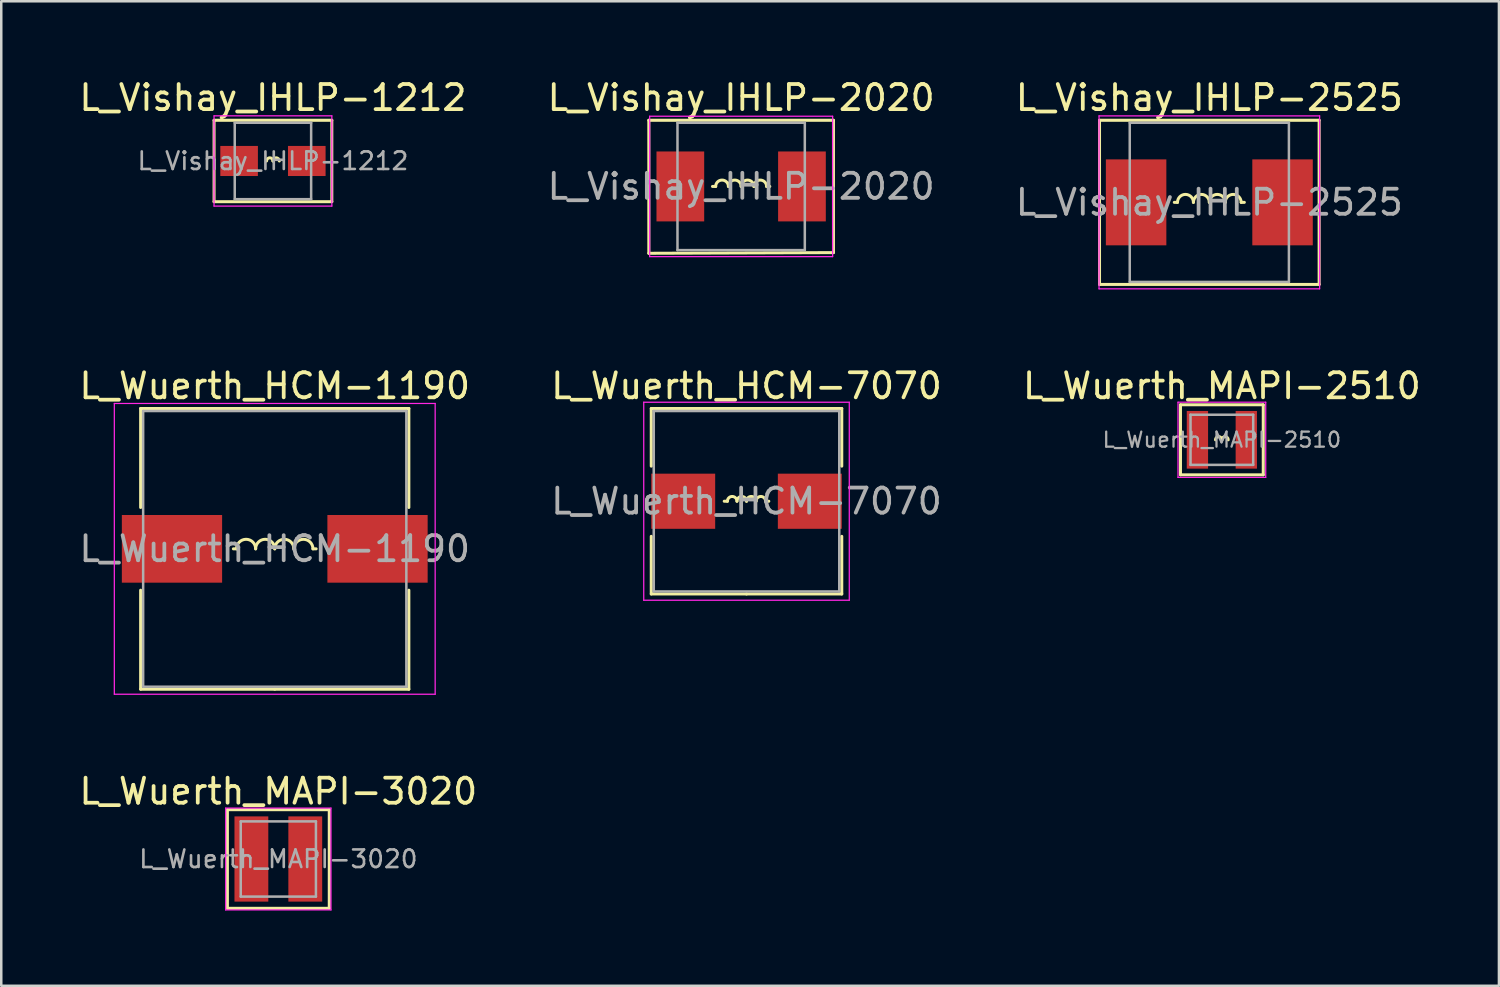
<source format=kicad_pcb>
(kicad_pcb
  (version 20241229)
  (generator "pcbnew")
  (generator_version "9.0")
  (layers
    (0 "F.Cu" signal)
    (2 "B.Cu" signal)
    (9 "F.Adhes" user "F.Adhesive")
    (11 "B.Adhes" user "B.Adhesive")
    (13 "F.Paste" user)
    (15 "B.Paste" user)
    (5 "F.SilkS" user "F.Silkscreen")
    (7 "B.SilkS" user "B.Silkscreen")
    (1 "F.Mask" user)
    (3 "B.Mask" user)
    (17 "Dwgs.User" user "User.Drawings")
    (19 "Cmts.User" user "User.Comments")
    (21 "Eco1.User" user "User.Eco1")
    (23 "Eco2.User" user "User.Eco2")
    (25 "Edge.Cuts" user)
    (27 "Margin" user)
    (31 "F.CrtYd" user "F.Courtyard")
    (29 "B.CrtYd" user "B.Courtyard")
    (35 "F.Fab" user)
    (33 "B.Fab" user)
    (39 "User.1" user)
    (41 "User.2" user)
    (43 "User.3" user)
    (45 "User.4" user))
  (footprint "L_Vishay_IHLP-2020"
    (layer "F.Cu")
    (at 26.518 4.388)
    (property "Reference" "L_Vishay_IHLP-2020" (at 0 -3.54 0) (layer "F.SilkS") (effects (font (size 1 1) (thickness 0.15))))
    (attr smd)
    (fp_line (start -3.683 -2.64) (end -3.683 2.667) (stroke (width 0.12) (type solid)) (layer "F.SilkS"))
    (fp_line (start -3.683 -2.64) (end 3.683 -2.64) (stroke (width 0.12) (type solid)) (layer "F.SilkS"))
    (fp_line (start -3.683 2.667) (end 3.683 2.64) (stroke (width 0.12) (type solid)) (layer "F.SilkS"))
    (fp_line (start -1.143 0) (end -1.016 0) (stroke (width 0.12) (type solid)) (layer "F.SilkS"))
    (fp_line (start 1.016 0) (end 1.143 0) (stroke (width 0.12) (type solid)) (layer "F.SilkS"))
    (fp_line (start 3.683 -2.64) (end 3.683 2.64) (stroke (width 0.12) (type solid)) (layer "F.SilkS"))
    (fp_arc (start -1.016 0) (mid -0.762 -0.254) (end -0.508 0) (stroke (width 0.12) (type solid)) (layer "F.SilkS"))
    (fp_arc (start -0.508 0) (mid -0.254 -0.254) (end 0 0) (stroke (width 0.12) (type solid)) (layer "F.SilkS"))
    (fp_arc (start 0 0) (mid 0.254 -0.254) (end 0.508 0) (stroke (width 0.12) (type solid)) (layer "F.SilkS"))
    (fp_arc (start 0.508 0) (mid 0.762 -0.254) (end 1.016 0) (stroke (width 0.12) (type solid)) (layer "F.SilkS"))
    (fp_line (start -3.65 -2.8) (end -3.65 2.8) (stroke (width 0.05) (type solid)) (layer "F.CrtYd"))
    (fp_line (start -3.65 2.8) (end 3.65 2.8) (stroke (width 0.05) (type solid)) (layer "F.CrtYd"))
    (fp_line (start 3.65 -2.8) (end -3.65 -2.8) (stroke (width 0.05) (type solid)) (layer "F.CrtYd"))
    (fp_line (start 3.65 2.8) (end 3.65 -2.8) (stroke (width 0.05) (type solid)) (layer "F.CrtYd"))
    (fp_line (start -2.54 -2.54) (end -2.54 2.54) (stroke (width 0.1) (type solid)) (layer "F.Fab"))
    (fp_line (start -2.54 2.54) (end 2.54 2.54) (stroke (width 0.1) (type solid)) (layer "F.Fab"))
    (fp_line (start 2.54 -2.54) (end -2.54 -2.54) (stroke (width 0.1) (type solid)) (layer "F.Fab"))
    (fp_line (start 2.54 2.54) (end 2.54 -2.54) (stroke (width 0.1) (type solid)) (layer "F.Fab"))
    (fp_text user "${REFERENCE}" (at 0 0 0) (layer "F.Fab") (effects (font (size 1 1) (thickness 0.15))))
    (pad "1" smd rect (at -2.426 0) (size 1.903 2.79) (layers "F.Cu" "F.Mask" "F.Paste"))
    (pad "2" smd rect (at 2.426 0) (size 1.903 2.79) (layers "F.Cu" "F.Mask" "F.Paste")))
  (footprint "L_Wuerth_HCM-7070"
    (layer "F.Cu")
    (at 26.732 16.947)
    (property "Reference" "L_Wuerth_HCM-7070" (at 0 -4.6 0) (layer "F.SilkS") (effects (font (size 1 1) (thickness 0.15))))
    (attr smd)
    (fp_line (start -3.8 -3.7) (end 0 -3.7) (stroke (width 0.12) (type solid)) (layer "F.SilkS"))
    (fp_line (start -3.8 -1.4) (end -3.8 -3.7) (stroke (width 0.12) (type solid)) (layer "F.SilkS"))
    (fp_line (start -3.8 1.4) (end -3.8 3.7) (stroke (width 0.12) (type solid)) (layer "F.SilkS"))
    (fp_line (start -3.8 3.7) (end 0 3.7) (stroke (width 0.12) (type solid)) (layer "F.SilkS"))
    (fp_line (start -0.762 0) (end -0.889 0) (stroke (width 0.12) (type solid)) (layer "F.SilkS"))
    (fp_line (start 0.762 0) (end 0.889 0) (stroke (width 0.12) (type solid)) (layer "F.SilkS"))
    (fp_line (start 3.8 -3.7) (end 0 -3.7) (stroke (width 0.12) (type solid)) (layer "F.SilkS"))
    (fp_line (start 3.8 -1.4) (end 3.8 -3.7) (stroke (width 0.12) (type solid)) (layer "F.SilkS"))
    (fp_line (start 3.8 1.4) (end 3.8 3.7) (stroke (width 0.12) (type solid)) (layer "F.SilkS"))
    (fp_line (start 3.8 3.7) (end 0 3.7) (stroke (width 0.12) (type solid)) (layer "F.SilkS"))
    (fp_arc (start -0.762 0) (mid -0.5715 -0.1905) (end -0.381 0) (stroke (width 0.12) (type solid)) (layer "F.SilkS"))
    (fp_arc (start -0.381 0) (mid -0.1905 -0.1905) (end 0 0) (stroke (width 0.12) (type solid)) (layer "F.SilkS"))
    (fp_arc (start 0 0) (mid 0.1905 -0.1905) (end 0.381 0) (stroke (width 0.12) (type solid)) (layer "F.SilkS"))
    (fp_arc (start 0.381 0) (mid 0.5715 -0.1905) (end 0.762 0) (stroke (width 0.12) (type solid)) (layer "F.SilkS"))
    (fp_line (start -4.1 -3.95) (end -4.1 3.95) (stroke (width 0.05) (type solid)) (layer "F.CrtYd"))
    (fp_line (start -4.1 3.95) (end 4.1 3.95) (stroke (width 0.05) (type solid)) (layer "F.CrtYd"))
    (fp_line (start 4.1 -3.95) (end -4.1 -3.95) (stroke (width 0.05) (type solid)) (layer "F.CrtYd"))
    (fp_line (start 4.1 3.95) (end 4.1 -3.95) (stroke (width 0.05) (type solid)) (layer "F.CrtYd"))
    (fp_line (start -3.7 -3.6) (end -3.7 3.6) (stroke (width 0.1) (type solid)) (layer "F.Fab"))
    (fp_line (start -3.7 3.6) (end 3.7 3.6) (stroke (width 0.1) (type solid)) (layer "F.Fab"))
    (fp_line (start 3.7 -3.6) (end -3.7 -3.6) (stroke (width 0.1) (type solid)) (layer "F.Fab"))
    (fp_line (start 3.7 3.6) (end 3.7 -3.6) (stroke (width 0.1) (type solid)) (layer "F.Fab"))
    (fp_text user "${REFERENCE}" (at 0 0 0) (layer "F.Fab") (effects (font (size 1 1) (thickness 0.15))))
    (pad "1" smd rect (at -2.525 0) (size 2.55 2.2) (layers "F.Cu" "F.Mask" "F.Paste"))
    (pad "2" smd rect (at 2.525 0) (size 2.55 2.2) (layers "F.Cu" "F.Mask" "F.Paste")))
  (footprint "L_Vishay_IHLP-2525"
    (layer "F.Cu")
    (at 45.196 5.023)
    (property "Reference" "L_Vishay_IHLP-2525" (at 0 -4.175 0) (layer "F.SilkS") (effects (font (size 1 1) (thickness 0.15))))
    (attr smd)
    (fp_line (start -4.381 -3.275) (end -4.381 3.275) (stroke (width 0.12) (type solid)) (layer "F.SilkS"))
    (fp_line (start -4.381 -3.275) (end 4.381 -3.275) (stroke (width 0.12) (type solid)) (layer "F.SilkS"))
    (fp_line (start -4.381 3.275) (end 4.381 3.275) (stroke (width 0.12) (type solid)) (layer "F.SilkS"))
    (fp_line (start -1.27 0) (end -1.397 0) (stroke (width 0.12) (type solid)) (layer "F.SilkS"))
    (fp_line (start 1.397 0) (end 1.27 0) (stroke (width 0.12) (type solid)) (layer "F.SilkS"))
    (fp_line (start 4.381 3.275) (end 4.381 -3.275) (stroke (width 0.12) (type solid)) (layer "F.SilkS"))
    (fp_arc (start -1.27 0) (mid -0.9525 -0.3175) (end -0.635 0) (stroke (width 0.12) (type solid)) (layer "F.SilkS"))
    (fp_arc (start -0.635 0) (mid -0.3175 -0.3175) (end 0 0) (stroke (width 0.12) (type solid)) (layer "F.SilkS"))
    (fp_arc (start 0 0) (mid 0.3175 -0.3175) (end 0.635 0) (stroke (width 0.12) (type solid)) (layer "F.SilkS"))
    (fp_arc (start 0.635 0) (mid 0.9525 -0.3175) (end 1.27 0) (stroke (width 0.12) (type solid)) (layer "F.SilkS"))
    (fp_line (start -4.4 -3.45) (end -4.4 3.45) (stroke (width 0.05) (type solid)) (layer "F.CrtYd"))
    (fp_line (start -4.4 3.45) (end 4.4 3.45) (stroke (width 0.05) (type solid)) (layer "F.CrtYd"))
    (fp_line (start 4.4 -3.45) (end -4.4 -3.45) (stroke (width 0.05) (type solid)) (layer "F.CrtYd"))
    (fp_line (start 4.4 3.45) (end 4.4 -3.45) (stroke (width 0.05) (type solid)) (layer "F.CrtYd"))
    (fp_line (start -3.175 -3.175) (end -3.175 3.175) (stroke (width 0.1) (type solid)) (layer "F.Fab"))
    (fp_line (start -3.175 3.175) (end 3.175 3.175) (stroke (width 0.1) (type solid)) (layer "F.Fab"))
    (fp_line (start 3.175 -3.175) (end -3.175 -3.175) (stroke (width 0.1) (type solid)) (layer "F.Fab"))
    (fp_line (start 3.175 3.175) (end 3.175 -3.175) (stroke (width 0.1) (type solid)) (layer "F.Fab"))
    (fp_text user "${REFERENCE}" (at 0 0 0) (layer "F.Fab") (effects (font (size 1 1) (thickness 0.15))))
    (pad "1" smd rect (at -2.921 0) (size 2.413 3.429) (layers "F.Cu" "F.Mask" "F.Paste"))
    (pad "2" smd rect (at 2.921 0) (size 2.413 3.429) (layers "F.Cu" "F.Mask" "F.Paste")))
  (footprint "L_Vishay_IHLP-1212"
    (layer "F.Cu")
    (at 7.839 3.372)
    (property "Reference" "L_Vishay_IHLP-1212" (at 0 -2.524 0) (layer "F.SilkS") (effects (font (size 1 1) (thickness 0.15))))
    (attr smd)
    (fp_line (start -2.349 -1.624) (end -2.349 1.624) (stroke (width 0.12) (type solid)) (layer "F.SilkS"))
    (fp_line (start -2.349 -1.624) (end 2.349 -1.624) (stroke (width 0.12) (type solid)) (layer "F.SilkS"))
    (fp_line (start -2.349 1.624) (end 2.349 1.624) (stroke (width 0.12) (type solid)) (layer "F.SilkS"))
    (fp_line (start 2.349 -1.624) (end 2.349 1.624) (stroke (width 0.12) (type solid)) (layer "F.SilkS"))
    (fp_arc (start -0.254 0) (mid -0.127 -0.127) (end 0 0) (stroke (width 0.12) (type solid)) (layer "F.SilkS"))
    (fp_arc (start 0 0) (mid 0.127 -0.127) (end 0.254 0) (stroke (width 0.12) (type solid)) (layer "F.SilkS"))
    (fp_line (start -2.35 -1.8) (end -2.35 1.8) (stroke (width 0.05) (type solid)) (layer "F.CrtYd"))
    (fp_line (start -2.35 1.8) (end 2.35 1.8) (stroke (width 0.05) (type solid)) (layer "F.CrtYd"))
    (fp_line (start 2.35 -1.8) (end -2.35 -1.8) (stroke (width 0.05) (type solid)) (layer "F.CrtYd"))
    (fp_line (start 2.35 1.8) (end 2.35 -1.8) (stroke (width 0.05) (type solid)) (layer "F.CrtYd"))
    (fp_line (start -1.524 -1.524) (end -1.524 1.524) (stroke (width 0.1) (type solid)) (layer "F.Fab"))
    (fp_line (start -1.524 1.524) (end 1.524 1.524) (stroke (width 0.1) (type solid)) (layer "F.Fab"))
    (fp_line (start 1.524 -1.524) (end -1.524 -1.524) (stroke (width 0.1) (type solid)) (layer "F.Fab"))
    (fp_line (start 1.524 1.524) (end 1.524 -1.524) (stroke (width 0.1) (type solid)) (layer "F.Fab"))
    (fp_text user "${REFERENCE}" (at 0 0 0) (layer "F.Fab") (effects (font (size 0.7 0.7) (thickness 0.105))))
    (pad "1" smd rect (at -1.35 0) (size 1.5 1.2) (layers "F.Cu" "F.Mask" "F.Paste"))
    (pad "2" smd rect (at 1.35 0) (size 1.5 1.2) (layers "F.Cu" "F.Mask" "F.Paste")))
  (footprint "L_Wuerth_MAPI-2510"
    (layer "F.Cu")
    (at 45.696 14.496)
    (property "Reference" "L_Wuerth_MAPI-2510" (at 0 -2.15 0) (layer "F.SilkS") (effects (font (size 1 1) (thickness 0.15))))
    (attr smd)
    (fp_line (start -1.651 -1.397) (end -1.651 1.397) (stroke (width 0.12) (type solid)) (layer "F.SilkS"))
    (fp_line (start -1.651 1.397) (end 1.651 1.397) (stroke (width 0.12) (type solid)) (layer "F.SilkS"))
    (fp_line (start 1.651 -1.397) (end -1.651 -1.397) (stroke (width 0.12) (type solid)) (layer "F.SilkS"))
    (fp_line (start 1.651 1.397) (end 1.651 -1.397) (stroke (width 0.12) (type solid)) (layer "F.SilkS"))
    (fp_arc (start -0.254 0) (mid -0.127 -0.127) (end 0 0) (stroke (width 0.12) (type solid)) (layer "F.SilkS"))
    (fp_arc (start 0 0) (mid 0.127 -0.127) (end 0.254 0) (stroke (width 0.12) (type solid)) (layer "F.SilkS"))
    (fp_line (start -1.75 -1.5) (end -1.75 1.5) (stroke (width 0.05) (type solid)) (layer "F.CrtYd"))
    (fp_line (start -1.75 1.5) (end 1.75 1.5) (stroke (width 0.05) (type solid)) (layer "F.CrtYd"))
    (fp_line (start 1.75 -1.5) (end -1.75 -1.5) (stroke (width 0.05) (type solid)) (layer "F.CrtYd"))
    (fp_line (start 1.75 1.5) (end 1.75 -1.5) (stroke (width 0.05) (type solid)) (layer "F.CrtYd"))
    (fp_line (start -1.25 -1) (end -1.25 1) (stroke (width 0.1) (type solid)) (layer "F.Fab"))
    (fp_line (start -1.25 1) (end 1.25 1) (stroke (width 0.1) (type solid)) (layer "F.Fab"))
    (fp_line (start 1.25 -1) (end -1.25 -1) (stroke (width 0.1) (type solid)) (layer "F.Fab"))
    (fp_line (start 1.25 1) (end 1.25 -1) (stroke (width 0.1) (type solid)) (layer "F.Fab"))
    (fp_text user "${REFERENCE}" (at 0 0 0) (layer "F.Fab") (effects (font (size 0.6 0.6) (thickness 0.09))))
    (pad "1" smd rect (at -0.975 0) (size 0.85 2.3) (layers "F.Cu" "F.Mask" "F.Paste"))
    (pad "2" smd rect (at 0.975 0) (size 0.85 2.3) (layers "F.Cu" "F.Mask" "F.Paste")))
  (footprint "L_Wuerth_HCM-1190"
    (layer "F.Cu")
    (at 7.911 18.846)
    (property "Reference" "L_Wuerth_HCM-1190" (at 0 -6.5 0) (layer "F.SilkS") (effects (font (size 1 1) (thickness 0.15))))
    (attr smd)
    (fp_line (start -5.35 -5.6) (end 0 -5.6) (stroke (width 0.12) (type solid)) (layer "F.SilkS"))
    (fp_line (start -5.35 -1.65) (end -5.35 -5.6) (stroke (width 0.12) (type solid)) (layer "F.SilkS"))
    (fp_line (start -5.35 1.65) (end -5.35 5.6) (stroke (width 0.12) (type solid)) (layer "F.SilkS"))
    (fp_line (start -5.35 5.6) (end 0 5.6) (stroke (width 0.12) (type solid)) (layer "F.SilkS"))
    (fp_line (start -1.524 0) (end -1.651 0) (stroke (width 0.12) (type solid)) (layer "F.SilkS"))
    (fp_line (start 1.524 0) (end 1.651 0) (stroke (width 0.12) (type solid)) (layer "F.SilkS"))
    (fp_line (start 5.35 -5.6) (end 0 -5.6) (stroke (width 0.12) (type solid)) (layer "F.SilkS"))
    (fp_line (start 5.35 -1.65) (end 5.35 -5.6) (stroke (width 0.12) (type solid)) (layer "F.SilkS"))
    (fp_line (start 5.35 1.65) (end 5.35 5.6) (stroke (width 0.12) (type solid)) (layer "F.SilkS"))
    (fp_line (start 5.35 5.6) (end 0 5.6) (stroke (width 0.12) (type solid)) (layer "F.SilkS"))
    (fp_arc (start -1.524 0) (mid -1.143 -0.381) (end -0.762 0) (stroke (width 0.12) (type solid)) (layer "F.SilkS"))
    (fp_arc (start -0.762 0) (mid -0.381 -0.381) (end 0 0) (stroke (width 0.12) (type solid)) (layer "F.SilkS"))
    (fp_arc (start 0 0) (mid 0.381 -0.381) (end 0.762 0) (stroke (width 0.12) (type solid)) (layer "F.SilkS"))
    (fp_arc (start 0.762 0) (mid 1.143 -0.381) (end 1.524 0) (stroke (width 0.12) (type solid)) (layer "F.SilkS"))
    (fp_line (start -6.4 -5.8) (end -6.4 5.8) (stroke (width 0.05) (type solid)) (layer "F.CrtYd"))
    (fp_line (start -6.4 5.8) (end 6.4 5.8) (stroke (width 0.05) (type solid)) (layer "F.CrtYd"))
    (fp_line (start 6.4 -5.8) (end -6.4 -5.8) (stroke (width 0.05) (type solid)) (layer "F.CrtYd"))
    (fp_line (start 6.4 5.8) (end 6.4 -5.8) (stroke (width 0.05) (type solid)) (layer "F.CrtYd"))
    (fp_line (start -5.25 -5.5) (end -5.25 5.5) (stroke (width 0.1) (type solid)) (layer "F.Fab"))
    (fp_line (start -5.25 5.5) (end 5.25 5.5) (stroke (width 0.1) (type solid)) (layer "F.Fab"))
    (fp_line (start 5.25 -5.5) (end -5.25 -5.5) (stroke (width 0.1) (type solid)) (layer "F.Fab"))
    (fp_line (start 5.25 5.5) (end 5.25 -5.5) (stroke (width 0.1) (type solid)) (layer "F.Fab"))
    (fp_text user "${REFERENCE}" (at 0 0 0) (layer "F.Fab") (effects (font (size 1 1) (thickness 0.15))))
    (pad "1" smd rect (at -4.1 0) (size 4 2.7) (layers "F.Cu" "F.Mask" "F.Paste"))
    (pad "2" smd rect (at 4.1 0) (size 4 2.7) (layers "F.Cu" "F.Mask" "F.Paste")))
  (footprint "L_Wuerth_MAPI-3020"
    (layer "F.Cu")
    (at 8.054 31.22)
    (property "Reference" "L_Wuerth_MAPI-3020" (at 0 -2.7 0) (layer "F.SilkS") (effects (font (size 1 1) (thickness 0.15))))
    (attr smd)
    (fp_line (start -2.032 -1.968) (end -2.032 1.968) (stroke (width 0.12) (type solid)) (layer "F.SilkS"))
    (fp_line (start -2.032 1.968) (end 2.032 1.968) (stroke (width 0.12) (type solid)) (layer "F.SilkS"))
    (fp_line (start 2.032 -1.968) (end -2.032 -1.968) (stroke (width 0.12) (type solid)) (layer "F.SilkS"))
    (fp_line (start 2.032 1.968) (end 2.032 -1.968) (stroke (width 0.12) (type solid)) (layer "F.SilkS"))
    (fp_line (start -2.1 -2.032) (end -2.1 2.032) (stroke (width 0.05) (type solid)) (layer "F.CrtYd"))
    (fp_line (start -2.1 2.032) (end 2.1 2.032) (stroke (width 0.05) (type solid)) (layer "F.CrtYd"))
    (fp_line (start 2.1 -2.032) (end -2.1 -2.032) (stroke (width 0.05) (type solid)) (layer "F.CrtYd"))
    (fp_line (start 2.1 2.032) (end 2.1 -2.032) (stroke (width 0.05) (type solid)) (layer "F.CrtYd"))
    (fp_line (start -1.5 -1.5) (end -1.5 1.5) (stroke (width 0.1) (type solid)) (layer "F.Fab"))
    (fp_line (start -1.5 1.5) (end 1.5 1.5) (stroke (width 0.1) (type solid)) (layer "F.Fab"))
    (fp_line (start 1.5 -1.5) (end -1.5 -1.5) (stroke (width 0.1) (type solid)) (layer "F.Fab"))
    (fp_line (start 1.5 1.5) (end 1.5 -1.5) (stroke (width 0.1) (type solid)) (layer "F.Fab"))
    (fp_text user "${REFERENCE}" (at 0 0 0) (layer "F.Fab") (effects (font (size 0.7 0.7) (thickness 0.105))))
    (pad "1" smd rect (at -1.075 0) (size 1.35 3.4) (layers "F.Cu" "F.Mask" "F.Paste"))
    (pad "2" smd rect (at 1.075 0) (size 1.35 3.4) (layers "F.Cu" "F.Mask" "F.Paste")))
  (gr_rect
    (start -3 -3)
    (end 56.75 36.277)
    (stroke (width 0.1) (type default))
    (fill no)
    (layer "Edge.Cuts")))
</source>
